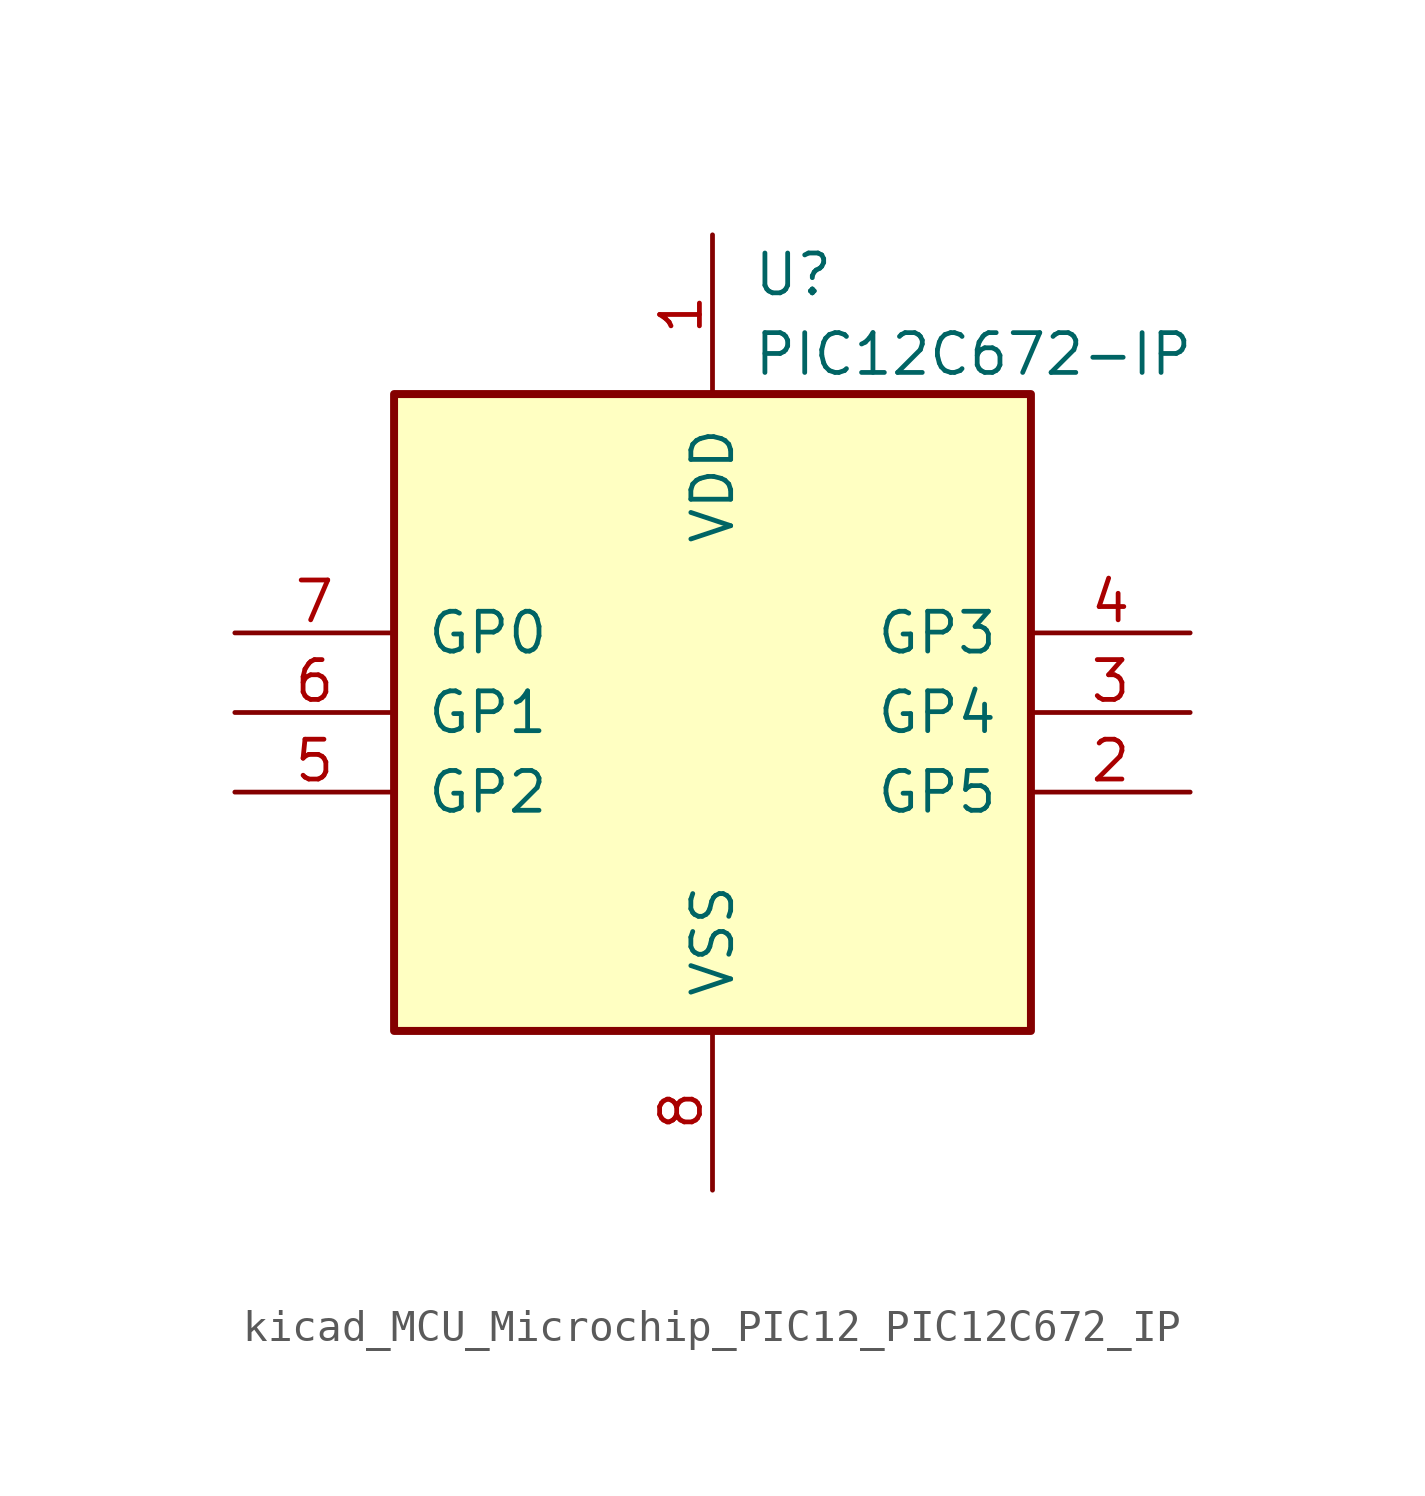
<source format=kicad_sym>
(kicad_symbol_lib
  (version 20220914)
  (generator kicad_symbol_editor)
  (symbol "kicad_MCU_Microchip_PIC12_PIC12C672_IP"
    (pin_names
      (offset 1.016))
    (property "Reference" "U"
      (at 1.27 13.97 0)
      (effects (font (size 1.27 1.27)) (justify left)))
    (property "Value" "PIC12C672-IP"
      (at 1.27 11.43 0)
      (effects (font (size 1.27 1.27)) (justify left)))
    (symbol "kicad_MCU_Microchip_PIC12_PIC12C672_IP_0_1"
      (rectangle (start 10.16 -10.16) (end -10.16 10.16) (stroke (width 0.254) (type default)) (fill (type background))))
    (symbol "kicad_MCU_Microchip_PIC12_PIC12C672_IP_1_1"
      (pin power_in line (at 0 15.24 270) (length 5.08) (name "VDD" (effects (font (size 1.27 1.27)))) (number "1" (effects (font (size 1.27 1.27)))))
      (pin bidirectional line (at 15.24 -2.54 180) (length 5.08) (name "GP5" (effects (font (size 1.27 1.27)))) (number "2" (effects (font (size 1.27 1.27)))))
      (pin bidirectional line (at 15.24 0 180) (length 5.08) (name "GP4" (effects (font (size 1.27 1.27)))) (number "3" (effects (font (size 1.27 1.27)))))
      (pin input line (at 15.24 2.54 180) (length 5.08) (name "GP3" (effects (font (size 1.27 1.27)))) (number "4" (effects (font (size 1.27 1.27)))))
      (pin bidirectional line (at -15.24 -2.54 0) (length 5.08) (name "GP2" (effects (font (size 1.27 1.27)))) (number "5" (effects (font (size 1.27 1.27)))))
      (pin bidirectional line (at -15.24 0 0) (length 5.08) (name "GP1" (effects (font (size 1.27 1.27)))) (number "6" (effects (font (size 1.27 1.27)))))
      (pin bidirectional line (at -15.24 2.54 0) (length 5.08) (name "GP0" (effects (font (size 1.27 1.27)))) (number "7" (effects (font (size 1.27 1.27)))))
      (pin power_in line (at 0 -15.24 90) (length 5.08) (name "VSS" (effects (font (size 1.27 1.27)))) (number "8" (effects (font (size 1.27 1.27))))))))
</source>
